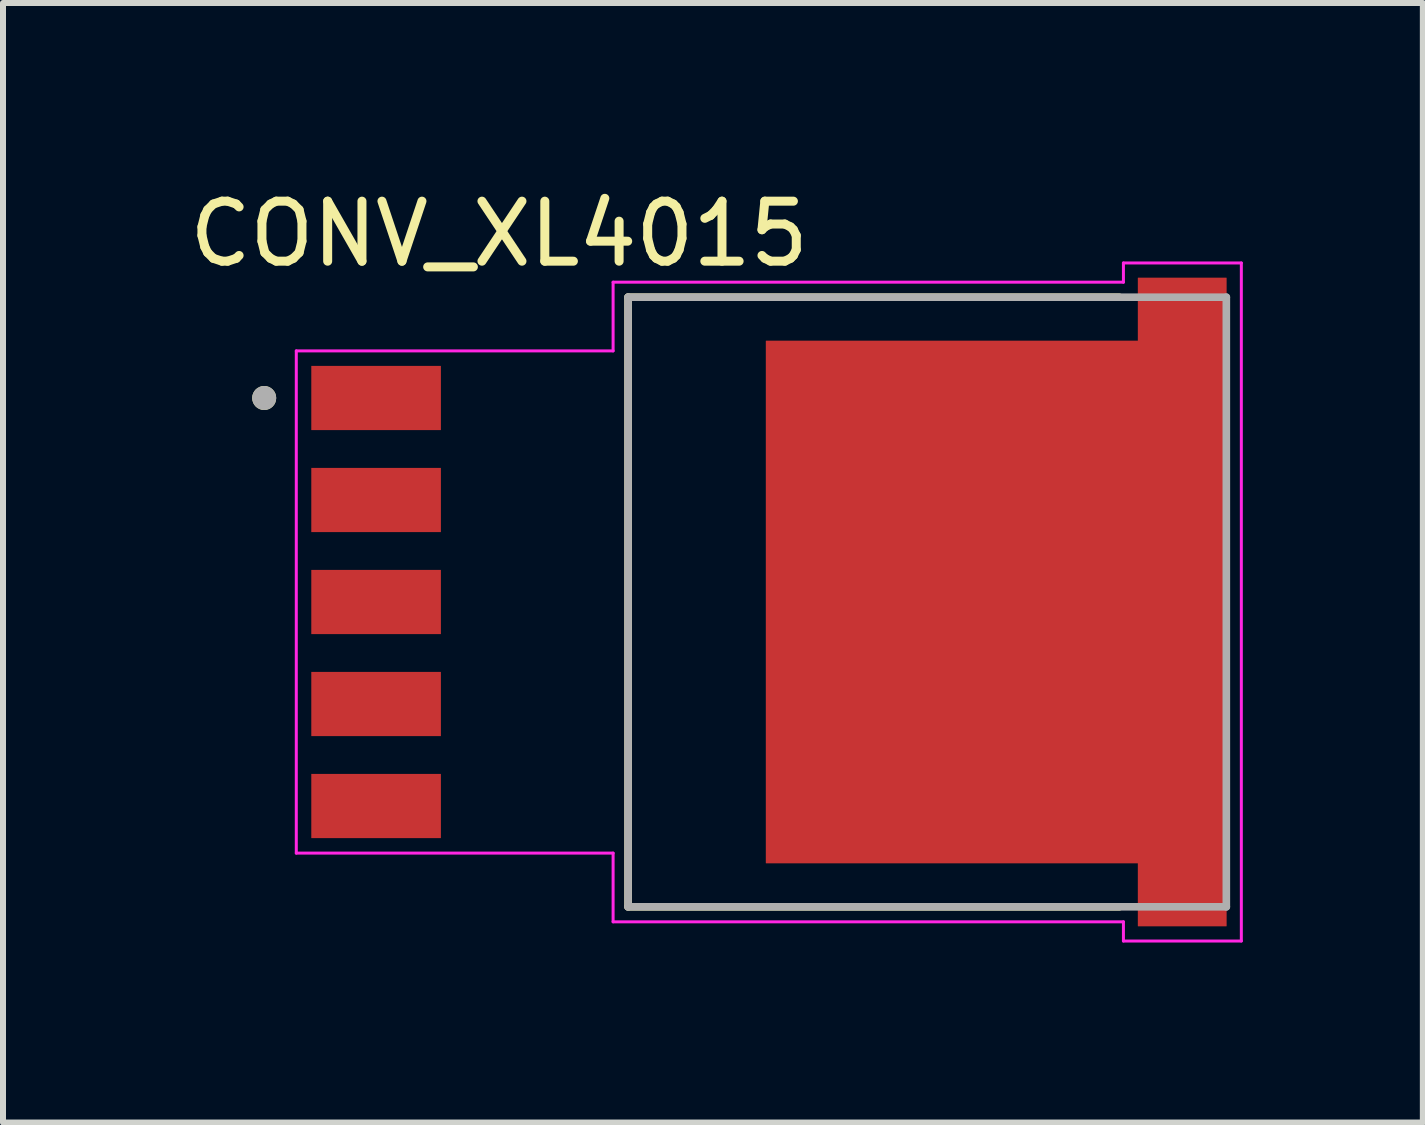
<source format=kicad_pcb>
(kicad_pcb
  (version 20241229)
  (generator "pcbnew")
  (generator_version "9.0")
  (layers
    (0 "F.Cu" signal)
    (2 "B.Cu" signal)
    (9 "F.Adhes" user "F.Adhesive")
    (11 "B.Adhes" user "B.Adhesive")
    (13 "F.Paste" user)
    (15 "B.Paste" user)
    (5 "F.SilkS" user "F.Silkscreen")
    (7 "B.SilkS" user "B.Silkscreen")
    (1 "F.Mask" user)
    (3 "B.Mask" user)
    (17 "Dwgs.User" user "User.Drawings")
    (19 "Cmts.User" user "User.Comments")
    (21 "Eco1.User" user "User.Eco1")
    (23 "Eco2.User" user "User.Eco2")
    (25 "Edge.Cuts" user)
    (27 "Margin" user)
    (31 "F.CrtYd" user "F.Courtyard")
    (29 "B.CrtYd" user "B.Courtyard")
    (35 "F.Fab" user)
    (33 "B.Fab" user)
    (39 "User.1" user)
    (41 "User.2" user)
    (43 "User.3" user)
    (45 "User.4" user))
  (footprint "CONV_XL4015"
    (layer "F.Cu")
    (at 13.553 6.983)
    (property "Reference" "CONV_XL4015" (at -8.285 -6.135 0) (layer "F.SilkS") (effects (font (size 1 1) (thickness 0.15))))
    (attr through_hole)
    (fp_poly (pts (xy 3.935 -5.5) (xy 2.265 -5.5) (xy 2.265 -4.45) (xy -3.935 -4.45) (xy -3.935 4.45) (xy 2.265 4.45) (xy 2.265 5.5) (xy 3.935 5.5)) (stroke (width 0.01) (type solid)) (fill yes) (layer "F.Mask"))
    (fp_line (start -6.135 -5.08) (end 2.05 -5.08) (stroke (width 0.127) (type solid)) (layer "F.SilkS"))
    (fp_line (start -6.135 5.08) (end -6.135 -5.08) (stroke (width 0.127) (type solid)) (layer "F.SilkS"))
    (fp_line (start 2.05 5.08) (end -6.135 5.08) (stroke (width 0.127) (type solid)) (layer "F.SilkS"))
    (fp_circle (center -12.2 -3.4) (end -12.1 -3.4) (stroke (width 0.2) (type solid)) (fill no) (layer "F.SilkS"))
    (fp_poly (pts (xy -3.2 -3.48) (xy -0.6 -3.48) (xy -0.6 -0.88) (xy -3.2 -0.88)) (stroke (width 0.01) (type solid)) (fill yes) (layer "F.Paste"))
    (fp_poly (pts (xy -3.2 0.88) (xy -0.6 0.88) (xy -0.6 3.48) (xy -3.2 3.48)) (stroke (width 0.01) (type solid)) (fill yes) (layer "F.Paste"))
    (fp_poly (pts (xy 0.6 -3.48) (xy 3.2 -3.48) (xy 3.2 -0.88) (xy 0.6 -0.88)) (stroke (width 0.01) (type solid)) (fill yes) (layer "F.Paste"))
    (fp_poly (pts (xy 0.6 0.88) (xy 3.2 0.88) (xy 3.2 3.48) (xy 0.6 3.48)) (stroke (width 0.01) (type solid)) (fill yes) (layer "F.Paste"))
    (fp_line (start -11.665 -4.185) (end -11.665 4.185) (stroke (width 0.05) (type solid)) (layer "F.CrtYd"))
    (fp_line (start -11.665 4.185) (end -6.385 4.185) (stroke (width 0.05) (type solid)) (layer "F.CrtYd"))
    (fp_line (start -6.385 -5.33) (end -6.385 -4.185) (stroke (width 0.05) (type solid)) (layer "F.CrtYd"))
    (fp_line (start -6.385 -4.185) (end -11.665 -4.185) (stroke (width 0.05) (type solid)) (layer "F.CrtYd"))
    (fp_line (start -6.385 4.185) (end -6.385 5.33) (stroke (width 0.05) (type solid)) (layer "F.CrtYd"))
    (fp_line (start -6.385 5.33) (end 2.12 5.33) (stroke (width 0.05) (type solid)) (layer "F.CrtYd"))
    (fp_line (start 2.12 -5.33) (end -6.385 -5.33) (stroke (width 0.05) (type solid)) (layer "F.CrtYd"))
    (fp_line (start 2.12 -5.33) (end 2.12 -5.65) (stroke (width 0.05) (type solid)) (layer "F.CrtYd"))
    (fp_line (start 2.12 5.65) (end 2.12 5.33) (stroke (width 0.05) (type solid)) (layer "F.CrtYd"))
    (fp_line (start 4.085 -5.65) (end 2.12 -5.65) (stroke (width 0.05) (type solid)) (layer "F.CrtYd"))
    (fp_line (start 4.085 -5.65) (end 4.085 5.65) (stroke (width 0.05) (type solid)) (layer "F.CrtYd"))
    (fp_line (start 4.085 5.65) (end 2.12 5.65) (stroke (width 0.05) (type solid)) (layer "F.CrtYd"))
    (fp_line (start -6.135 -5.08) (end 3.835 -5.08) (stroke (width 0.127) (type solid)) (layer "F.Fab"))
    (fp_line (start -6.135 5.08) (end -6.135 -5.08) (stroke (width 0.127) (type solid)) (layer "F.Fab"))
    (fp_line (start 3.835 -5.08) (end 3.835 5.08) (stroke (width 0.127) (type solid)) (layer "F.Fab"))
    (fp_line (start 3.835 5.08) (end -6.135 5.08) (stroke (width 0.127) (type solid)) (layer "F.Fab"))
    (fp_circle (center -12.2 -3.4) (end -12.1 -3.4) (stroke (width 0.2) (type solid)) (fill no) (layer "F.Fab"))
    (pad "1" smd rect (at -10.335 -3.4) (size 2.16 1.07) (layers "F.Cu" "F.Mask" "F.Paste"))
    (pad "2" smd rect (at -10.335 -1.7) (size 2.16 1.07) (layers "F.Cu" "F.Mask" "F.Paste"))
    (pad "3" smd rect (at -10.335 0) (size 2.16 1.07) (layers "F.Cu" "F.Mask" "F.Paste"))
    (pad "3.1" smd custom (at 0 0) (size 1.27 0.635) (layers "F.Cu") (options (anchor rect)) (primitives (gr_poly (pts (xy 3.835 -5.4) (xy 2.365 -5.4) (xy 2.365 -4.35) (xy -3.835 -4.35) (xy -3.835 4.35) (xy 2.365 4.35) (xy 2.365 5.4) (xy 3.835 5.4)) (width 0.01) (fill yes))))
    (pad "4" smd rect (at -10.335 1.7) (size 2.16 1.07) (layers "F.Cu" "F.Mask" "F.Paste"))
    (pad "5" smd rect (at -10.335 3.4) (size 2.16 1.07) (layers "F.Cu" "F.Mask" "F.Paste")))
  (gr_rect
    (start -3 -3)
    (end 20.663 15.658)
    (stroke (width 0.1) (type default))
    (fill no)
    (layer "Edge.Cuts")))
</source>
